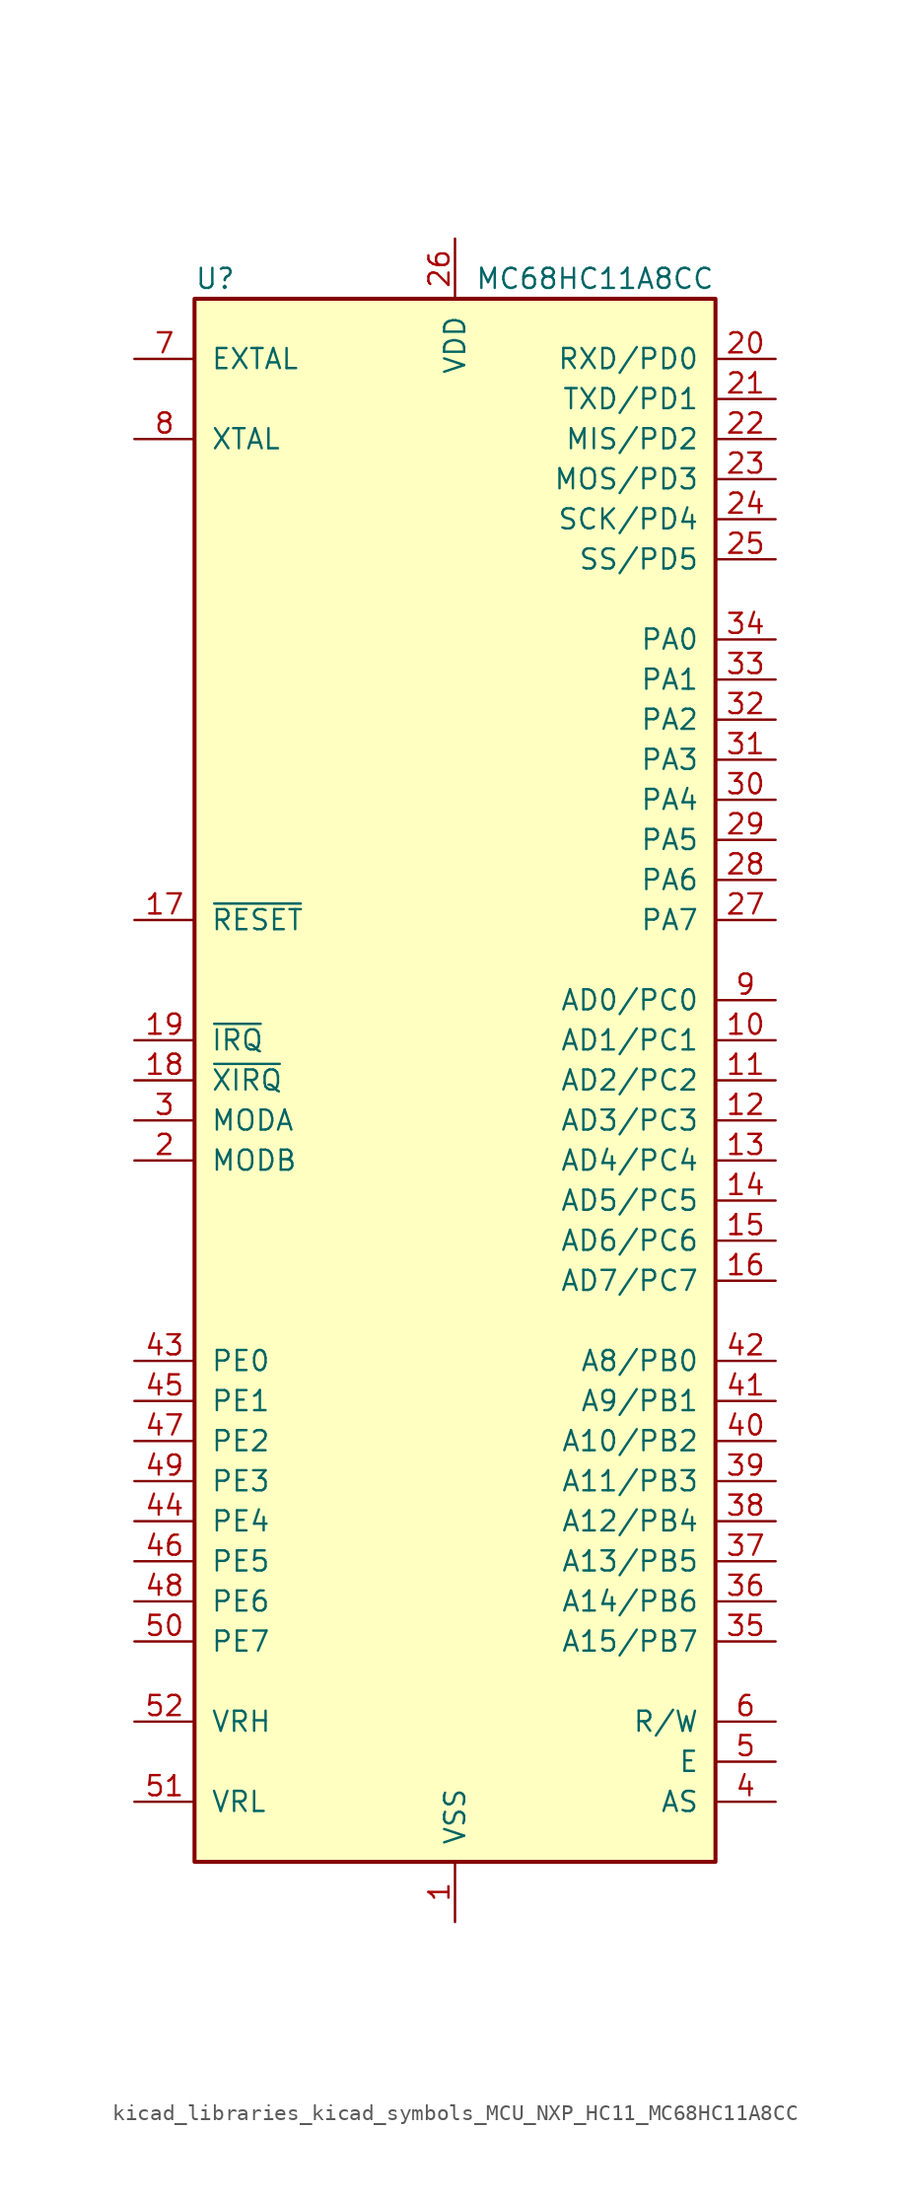
<source format=kicad_sym>
(kicad_symbol_lib
  (version 20220914)
  (generator kicad_symbol_editor)
  (symbol "kicad_libraries_kicad_symbols_MCU_NXP_HC11_MC68HC11A8CC"
    (pin_names
      (offset 1.016))
    (property "Reference" "U"
      (at -16.51 50.8 0)
      (effects (font (size 1.27 1.27)) (justify left)))
    (property "Value" "MC68HC11A8CC"
      (at 1.27 50.8 0)
      (effects (font (size 1.27 1.27)) (justify left)))
    (symbol "kicad_libraries_kicad_symbols_MCU_NXP_HC11_MC68HC11A8CC_0_1"
      (rectangle (start -16.51 49.53) (end 16.51 -49.53) (stroke (width 0.254) (type default)) (fill (type background))))
    (symbol "kicad_libraries_kicad_symbols_MCU_NXP_HC11_MC68HC11A8CC_1_1"
      (pin power_in line (at 0 -53.34 90) (length 3.81) (name "VSS" (effects (font (size 1.27 1.27)))) (number "1" (effects (font (size 1.27 1.27)))))
      (pin bidirectional line (at 20.32 2.54 180) (length 3.81) (name "AD1/PC1" (effects (font (size 1.27 1.27)))) (number "10" (effects (font (size 1.27 1.27)))))
      (pin bidirectional line (at 20.32 0 180) (length 3.81) (name "AD2/PC2" (effects (font (size 1.27 1.27)))) (number "11" (effects (font (size 1.27 1.27)))))
      (pin bidirectional line (at 20.32 -2.54 180) (length 3.81) (name "AD3/PC3" (effects (font (size 1.27 1.27)))) (number "12" (effects (font (size 1.27 1.27)))))
      (pin bidirectional line (at 20.32 -5.08 180) (length 3.81) (name "AD4/PC4" (effects (font (size 1.27 1.27)))) (number "13" (effects (font (size 1.27 1.27)))))
      (pin bidirectional line (at 20.32 -7.62 180) (length 3.81) (name "AD5/PC5" (effects (font (size 1.27 1.27)))) (number "14" (effects (font (size 1.27 1.27)))))
      (pin bidirectional line (at 20.32 -10.16 180) (length 3.81) (name "AD6/PC6" (effects (font (size 1.27 1.27)))) (number "15" (effects (font (size 1.27 1.27)))))
      (pin bidirectional line (at 20.32 -12.7 180) (length 3.81) (name "AD7/PC7" (effects (font (size 1.27 1.27)))) (number "16" (effects (font (size 1.27 1.27)))))
      (pin input line (at -20.32 10.16 0) (length 3.81) (name "~{RESET}" (effects (font (size 1.27 1.27)))) (number "17" (effects (font (size 1.27 1.27)))))
      (pin input line (at -20.32 0 0) (length 3.81) (name "~{XIRQ}" (effects (font (size 1.27 1.27)))) (number "18" (effects (font (size 1.27 1.27)))))
      (pin input line (at -20.32 2.54 0) (length 3.81) (name "~{IRQ}" (effects (font (size 1.27 1.27)))) (number "19" (effects (font (size 1.27 1.27)))))
      (pin input line (at -20.32 -5.08 0) (length 3.81) (name "MODB" (effects (font (size 1.27 1.27)))) (number "2" (effects (font (size 1.27 1.27)))))
      (pin bidirectional line (at 20.32 45.72 180) (length 3.81) (name "RXD/PD0" (effects (font (size 1.27 1.27)))) (number "20" (effects (font (size 1.27 1.27)))))
      (pin bidirectional line (at 20.32 43.18 180) (length 3.81) (name "TXD/PD1" (effects (font (size 1.27 1.27)))) (number "21" (effects (font (size 1.27 1.27)))))
      (pin bidirectional line (at 20.32 40.64 180) (length 3.81) (name "MIS/PD2" (effects (font (size 1.27 1.27)))) (number "22" (effects (font (size 1.27 1.27)))))
      (pin bidirectional line (at 20.32 38.1 180) (length 3.81) (name "MOS/PD3" (effects (font (size 1.27 1.27)))) (number "23" (effects (font (size 1.27 1.27)))))
      (pin bidirectional line (at 20.32 35.56 180) (length 3.81) (name "SCK/PD4" (effects (font (size 1.27 1.27)))) (number "24" (effects (font (size 1.27 1.27)))))
      (pin bidirectional line (at 20.32 33.02 180) (length 3.81) (name "SS/PD5" (effects (font (size 1.27 1.27)))) (number "25" (effects (font (size 1.27 1.27)))))
      (pin power_in line (at 0 53.34 270) (length 3.81) (name "VDD" (effects (font (size 1.27 1.27)))) (number "26" (effects (font (size 1.27 1.27)))))
      (pin bidirectional line (at 20.32 10.16 180) (length 3.81) (name "PA7" (effects (font (size 1.27 1.27)))) (number "27" (effects (font (size 1.27 1.27)))))
      (pin output line (at 20.32 12.7 180) (length 3.81) (name "PA6" (effects (font (size 1.27 1.27)))) (number "28" (effects (font (size 1.27 1.27)))))
      (pin output line (at 20.32 15.24 180) (length 3.81) (name "PA5" (effects (font (size 1.27 1.27)))) (number "29" (effects (font (size 1.27 1.27)))))
      (pin bidirectional line (at -20.32 -2.54 0) (length 3.81) (name "MODA" (effects (font (size 1.27 1.27)))) (number "3" (effects (font (size 1.27 1.27)))))
      (pin output line (at 20.32 17.78 180) (length 3.81) (name "PA4" (effects (font (size 1.27 1.27)))) (number "30" (effects (font (size 1.27 1.27)))))
      (pin output line (at 20.32 20.32 180) (length 3.81) (name "PA3" (effects (font (size 1.27 1.27)))) (number "31" (effects (font (size 1.27 1.27)))))
      (pin input line (at 20.32 22.86 180) (length 3.81) (name "PA2" (effects (font (size 1.27 1.27)))) (number "32" (effects (font (size 1.27 1.27)))))
      (pin input line (at 20.32 25.4 180) (length 3.81) (name "PA1" (effects (font (size 1.27 1.27)))) (number "33" (effects (font (size 1.27 1.27)))))
      (pin input line (at 20.32 27.94 180) (length 3.81) (name "PA0" (effects (font (size 1.27 1.27)))) (number "34" (effects (font (size 1.27 1.27)))))
      (pin output line (at 20.32 -35.56 180) (length 3.81) (name "A15/PB7" (effects (font (size 1.27 1.27)))) (number "35" (effects (font (size 1.27 1.27)))))
      (pin output line (at 20.32 -33.02 180) (length 3.81) (name "A14/PB6" (effects (font (size 1.27 1.27)))) (number "36" (effects (font (size 1.27 1.27)))))
      (pin output line (at 20.32 -30.48 180) (length 3.81) (name "A13/PB5" (effects (font (size 1.27 1.27)))) (number "37" (effects (font (size 1.27 1.27)))))
      (pin output line (at 20.32 -27.94 180) (length 3.81) (name "A12/PB4" (effects (font (size 1.27 1.27)))) (number "38" (effects (font (size 1.27 1.27)))))
      (pin output line (at 20.32 -25.4 180) (length 3.81) (name "A11/PB3" (effects (font (size 1.27 1.27)))) (number "39" (effects (font (size 1.27 1.27)))))
      (pin output line (at 20.32 -45.72 180) (length 3.81) (name "AS" (effects (font (size 1.27 1.27)))) (number "4" (effects (font (size 1.27 1.27)))))
      (pin output line (at 20.32 -22.86 180) (length 3.81) (name "A10/PB2" (effects (font (size 1.27 1.27)))) (number "40" (effects (font (size 1.27 1.27)))))
      (pin output line (at 20.32 -20.32 180) (length 3.81) (name "A9/PB1" (effects (font (size 1.27 1.27)))) (number "41" (effects (font (size 1.27 1.27)))))
      (pin output line (at 20.32 -17.78 180) (length 3.81) (name "A8/PB0" (effects (font (size 1.27 1.27)))) (number "42" (effects (font (size 1.27 1.27)))))
      (pin input line (at -20.32 -17.78 0) (length 3.81) (name "PE0" (effects (font (size 1.27 1.27)))) (number "43" (effects (font (size 1.27 1.27)))))
      (pin input line (at -20.32 -27.94 0) (length 3.81) (name "PE4" (effects (font (size 1.27 1.27)))) (number "44" (effects (font (size 1.27 1.27)))))
      (pin input line (at -20.32 -20.32 0) (length 3.81) (name "PE1" (effects (font (size 1.27 1.27)))) (number "45" (effects (font (size 1.27 1.27)))))
      (pin input line (at -20.32 -30.48 0) (length 3.81) (name "PE5" (effects (font (size 1.27 1.27)))) (number "46" (effects (font (size 1.27 1.27)))))
      (pin input line (at -20.32 -22.86 0) (length 3.81) (name "PE2" (effects (font (size 1.27 1.27)))) (number "47" (effects (font (size 1.27 1.27)))))
      (pin input line (at -20.32 -33.02 0) (length 3.81) (name "PE6" (effects (font (size 1.27 1.27)))) (number "48" (effects (font (size 1.27 1.27)))))
      (pin input line (at -20.32 -25.4 0) (length 3.81) (name "PE3" (effects (font (size 1.27 1.27)))) (number "49" (effects (font (size 1.27 1.27)))))
      (pin output line (at 20.32 -43.18 180) (length 3.81) (name "E" (effects (font (size 1.27 1.27)))) (number "5" (effects (font (size 1.27 1.27)))))
      (pin input line (at -20.32 -35.56 0) (length 3.81) (name "PE7" (effects (font (size 1.27 1.27)))) (number "50" (effects (font (size 1.27 1.27)))))
      (pin input line (at -20.32 -45.72 0) (length 3.81) (name "VRL" (effects (font (size 1.27 1.27)))) (number "51" (effects (font (size 1.27 1.27)))))
      (pin input line (at -20.32 -40.64 0) (length 3.81) (name "VRH" (effects (font (size 1.27 1.27)))) (number "52" (effects (font (size 1.27 1.27)))))
      (pin output line (at 20.32 -40.64 180) (length 3.81) (name "R/W" (effects (font (size 1.27 1.27)))) (number "6" (effects (font (size 1.27 1.27)))))
      (pin input line (at -20.32 45.72 0) (length 3.81) (name "EXTAL" (effects (font (size 1.27 1.27)))) (number "7" (effects (font (size 1.27 1.27)))))
      (pin output line (at -20.32 40.64 0) (length 3.81) (name "XTAL" (effects (font (size 1.27 1.27)))) (number "8" (effects (font (size 1.27 1.27)))))
      (pin bidirectional line (at 20.32 5.08 180) (length 3.81) (name "AD0/PC0" (effects (font (size 1.27 1.27)))) (number "9" (effects (font (size 1.27 1.27))))))))
</source>
